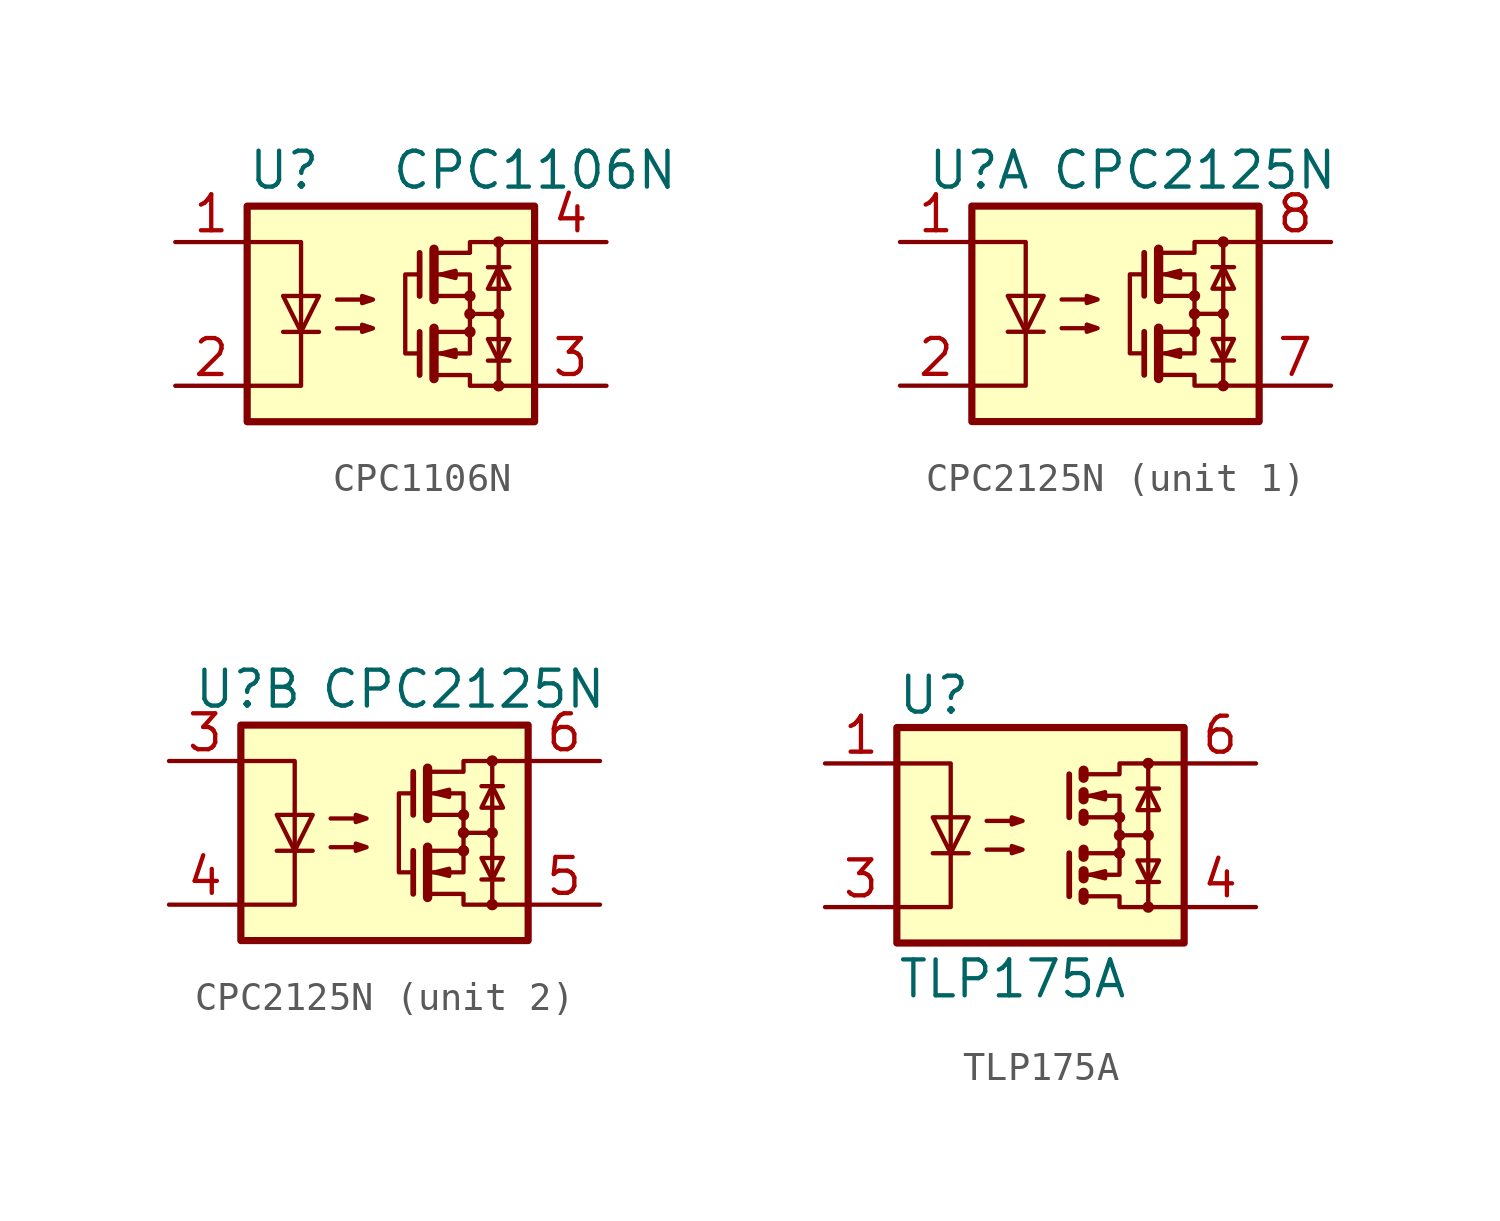
<source format=kicad_sym>
(kicad_symbol_lib
  (version 20241209)
  (generator "kicad_symbol_editor")
  (generator_version "9.0")
  (symbol "CPC1106N"
    (property "Reference" "U"
      (at -5.08 5.08 0)
      (effects (font (size 1.27 1.27)) (justify left)))
    (property "Value" "CPC1106N"
      (at 0 5.08 0)
      (effects (font (size 1.27 1.27)) (justify left)))
    (symbol "CPC1106N_0_1"
      (rectangle (start -5.08 3.81) (end 5.08 -3.81) (stroke (width 0.254) (type default)) (fill (type background)))
      (polyline (pts (xy -5.08 2.54) (xy -3.175 2.54) (xy -3.175 -2.54) (xy -5.08 -2.54)) (stroke (width 0) (type default)) (fill (type none)))
      (polyline (pts (xy -3.81 -0.635) (xy -2.54 -0.635)) (stroke (width 0) (type default)) (fill (type none)))
      (polyline (pts (xy -3.175 -0.635) (xy -3.81 0.635) (xy -2.54 0.635) (xy -3.175 -0.635)) (stroke (width 0) (type default)) (fill (type none)))
      (polyline (pts (xy -1.905 0.508) (xy -0.635 0.508) (xy -1.016 0.381) (xy -1.016 0.635) (xy -0.635 0.508)) (stroke (width 0) (type default)) (fill (type none)))
      (polyline (pts (xy -1.905 -0.508) (xy -0.635 -0.508) (xy -1.016 -0.635) (xy -1.016 -0.381) (xy -0.635 -0.508)) (stroke (width 0) (type default)) (fill (type none)))
      (polyline (pts (xy 1.016 2.159) (xy 1.016 0.635)) (stroke (width 0.203) (type default)) (fill (type none)))
      (polyline (pts (xy 1.016 1.397) (xy 0.508 1.397) (xy 0.508 -1.397) (xy 1.016 -1.397)) (stroke (width 0) (type default)) (fill (type none)))
      (polyline (pts (xy 1.016 -0.635) (xy 1.016 -2.159)) (stroke (width 0.203) (type default)) (fill (type none)))
      (polyline (pts (xy 1.651 2.159) (xy 2.794 2.159) (xy 2.794 2.54) (xy 5.08 2.54)) (stroke (width 0) (type default)) (fill (type none)))
      (polyline (pts (xy 1.651 1.397) (xy 2.794 1.397) (xy 2.794 0.635)) (stroke (width 0) (type default)) (fill (type none)))
      (polyline (pts (xy 1.651 -0.635) (xy 2.794 -0.635) (xy 2.794 0.635) (xy 1.651 0.635)) (stroke (width 0) (type default)) (fill (type none)))
      (polyline (pts (xy 1.651 -1.397) (xy 2.794 -1.397) (xy 2.794 -0.635)) (stroke (width 0) (type default)) (fill (type none)))
      (polyline (pts (xy 1.651 -2.159) (xy 2.794 -2.159) (xy 2.794 -2.54) (xy 5.08 -2.54)) (stroke (width 0) (type default)) (fill (type none)))
      (polyline (pts (xy 1.778 1.397) (xy 2.286 1.524) (xy 2.286 1.27) (xy 1.778 1.397)) (stroke (width 0) (type default)) (fill (type none)))
      (polyline (pts (xy 1.778 -1.397) (xy 2.286 -1.27) (xy 2.286 -1.524) (xy 1.778 -1.397)) (stroke (width 0) (type default)) (fill (type none)))
      (circle (center 2.794 0.635) (radius 0.127) (stroke (width 0) (type default)) (fill (type none)))
      (polyline (pts (xy 2.794 0) (xy 3.81 0)) (stroke (width 0) (type default)) (fill (type none)))
      (circle (center 2.794 0) (radius 0.127) (stroke (width 0) (type default)) (fill (type none)))
      (circle (center 2.794 -0.635) (radius 0.127) (stroke (width 0) (type default)) (fill (type none)))
      (polyline (pts (xy 3.429 1.651) (xy 4.191 1.651)) (stroke (width 0) (type default)) (fill (type none)))
      (polyline (pts (xy 3.429 -1.651) (xy 4.191 -1.651)) (stroke (width 0) (type default)) (fill (type none)))
      (circle (center 3.81 2.54) (radius 0.127) (stroke (width 0) (type default)) (fill (type none)))
      (polyline (pts (xy 3.81 1.651) (xy 3.429 0.889) (xy 4.191 0.889) (xy 3.81 1.651)) (stroke (width 0) (type default)) (fill (type none)))
      (circle (center 3.81 0) (radius 0.127) (stroke (width 0) (type default)) (fill (type none)))
      (polyline (pts (xy 3.81 -1.651) (xy 3.429 -0.889) (xy 4.191 -0.889) (xy 3.81 -1.651)) (stroke (width 0) (type default)) (fill (type none)))
      (polyline (pts (xy 3.81 -2.54) (xy 3.81 2.54)) (stroke (width 0) (type default)) (fill (type none)))
      (circle (center 3.81 -2.54) (radius 0.127) (stroke (width 0) (type default)) (fill (type none))))
    (symbol "CPC1106N_1_1"
      (polyline (pts (xy 1.524 2.286) (xy 1.524 0.508)) (stroke (width 0.33) (type solid)) (fill (type none)))
      (polyline (pts (xy 1.524 -0.508) (xy 1.524 -2.286)) (stroke (width 0.33) (type solid)) (fill (type none)))
      (pin passive line (at -7.62 2.54 0) (length 2.54) (name "~" (effects (font (size 1.27 1.27)))) (number "1" (effects (font (size 1.27 1.27)))))
      (pin passive line (at -7.62 -2.54 0) (length 2.54) (name "~" (effects (font (size 1.27 1.27)))) (number "2" (effects (font (size 1.27 1.27)))))
      (pin passive line (at 7.62 2.54 180) (length 2.54) (name "~" (effects (font (size 1.27 1.27)))) (number "4" (effects (font (size 1.27 1.27)))))
      (pin passive line (at 7.62 -2.54 180) (length 2.54) (name "~" (effects (font (size 1.27 1.27)))) (number "3" (effects (font (size 1.27 1.27)))))))
  (symbol "CPC2125N"
    (property "Reference" "U"
      (at -4.826 5.08 0)
      (effects (font (size 1.27 1.27))))
    (property "Value" "CPC2125N"
      (at 2.794 5.08 0)
      (effects (font (size 1.27 1.27))))
    (property "ki_locked" ""
      (at 0 0 0)
      (effects (font (size 1.27 1.27))))
    (symbol "CPC2125N_0_1"
      (rectangle (start -5.08 3.81) (end 5.08 -3.81) (stroke (width 0.254) (type default)) (fill (type background)))
      (polyline (pts (xy -5.08 2.54) (xy -3.175 2.54) (xy -3.175 -2.54) (xy -5.08 -2.54)) (stroke (width 0) (type default)) (fill (type none)))
      (polyline (pts (xy -3.81 -0.635) (xy -2.54 -0.635)) (stroke (width 0) (type default)) (fill (type none)))
      (polyline (pts (xy -3.175 -0.635) (xy -3.81 0.635) (xy -2.54 0.635) (xy -3.175 -0.635)) (stroke (width 0) (type default)) (fill (type none)))
      (polyline (pts (xy -1.905 0.508) (xy -0.635 0.508) (xy -1.016 0.381) (xy -1.016 0.635) (xy -0.635 0.508)) (stroke (width 0) (type default)) (fill (type none)))
      (polyline (pts (xy -1.905 -0.508) (xy -0.635 -0.508) (xy -1.016 -0.635) (xy -1.016 -0.381) (xy -0.635 -0.508)) (stroke (width 0) (type default)) (fill (type none)))
      (polyline (pts (xy 1.016 2.159) (xy 1.016 0.635)) (stroke (width 0.203) (type default)) (fill (type none)))
      (polyline (pts (xy 1.016 1.397) (xy 0.508 1.397) (xy 0.508 -1.397) (xy 1.016 -1.397)) (stroke (width 0) (type default)) (fill (type none)))
      (polyline (pts (xy 1.016 -0.635) (xy 1.016 -2.159)) (stroke (width 0.203) (type default)) (fill (type none)))
      (polyline (pts (xy 1.651 2.159) (xy 2.794 2.159) (xy 2.794 2.54) (xy 5.08 2.54)) (stroke (width 0) (type default)) (fill (type none)))
      (polyline (pts (xy 1.651 1.397) (xy 2.794 1.397) (xy 2.794 0.635)) (stroke (width 0) (type default)) (fill (type none)))
      (polyline (pts (xy 1.651 -0.635) (xy 2.794 -0.635) (xy 2.794 0.635) (xy 1.651 0.635)) (stroke (width 0) (type default)) (fill (type none)))
      (polyline (pts (xy 1.651 -1.397) (xy 2.794 -1.397) (xy 2.794 -0.635)) (stroke (width 0) (type default)) (fill (type none)))
      (polyline (pts (xy 1.651 -2.159) (xy 2.794 -2.159) (xy 2.794 -2.54) (xy 5.08 -2.54)) (stroke (width 0) (type default)) (fill (type none)))
      (polyline (pts (xy 1.778 1.397) (xy 2.286 1.524) (xy 2.286 1.27) (xy 1.778 1.397)) (stroke (width 0) (type default)) (fill (type none)))
      (polyline (pts (xy 1.778 -1.397) (xy 2.286 -1.27) (xy 2.286 -1.524) (xy 1.778 -1.397)) (stroke (width 0) (type default)) (fill (type none)))
      (circle (center 2.794 0.635) (radius 0.127) (stroke (width 0) (type default)) (fill (type none)))
      (polyline (pts (xy 2.794 0) (xy 3.81 0)) (stroke (width 0) (type default)) (fill (type none)))
      (circle (center 2.794 0) (radius 0.127) (stroke (width 0) (type default)) (fill (type none)))
      (circle (center 2.794 -0.635) (radius 0.127) (stroke (width 0) (type default)) (fill (type none)))
      (polyline (pts (xy 3.429 1.651) (xy 4.191 1.651)) (stroke (width 0) (type default)) (fill (type none)))
      (polyline (pts (xy 3.429 -1.651) (xy 4.191 -1.651)) (stroke (width 0) (type default)) (fill (type none)))
      (circle (center 3.81 2.54) (radius 0.127) (stroke (width 0) (type default)) (fill (type none)))
      (polyline (pts (xy 3.81 1.651) (xy 3.429 0.889) (xy 4.191 0.889) (xy 3.81 1.651)) (stroke (width 0) (type default)) (fill (type none)))
      (circle (center 3.81 0) (radius 0.127) (stroke (width 0) (type default)) (fill (type none)))
      (polyline (pts (xy 3.81 -1.651) (xy 3.429 -0.889) (xy 4.191 -0.889) (xy 3.81 -1.651)) (stroke (width 0) (type default)) (fill (type none)))
      (polyline (pts (xy 3.81 -2.54) (xy 3.81 2.54)) (stroke (width 0) (type default)) (fill (type none)))
      (circle (center 3.81 -2.54) (radius 0.127) (stroke (width 0) (type default)) (fill (type none))))
    (symbol "CPC2125N_1_1"
      (polyline (pts (xy 1.524 2.286) (xy 1.524 0.508)) (stroke (width 0.33) (type solid)) (fill (type none)))
      (polyline (pts (xy 1.524 -0.508) (xy 1.524 -2.286)) (stroke (width 0.33) (type solid)) (fill (type none)))
      (pin passive line (at -7.62 2.54 0) (length 2.54) (name "~" (effects (font (size 1.27 1.27)))) (number "1" (effects (font (size 1.27 1.27)))))
      (pin passive line (at -7.62 -2.54 0) (length 2.54) (name "~" (effects (font (size 1.27 1.27)))) (number "2" (effects (font (size 1.27 1.27)))))
      (pin passive line (at 7.62 2.54 180) (length 2.54) (name "~" (effects (font (size 1.27 1.27)))) (number "8" (effects (font (size 1.27 1.27)))))
      (pin passive line (at 7.62 -2.54 180) (length 2.54) (name "~" (effects (font (size 1.27 1.27)))) (number "7" (effects (font (size 1.27 1.27))))))
    (symbol "CPC2125N_2_1"
      (polyline (pts (xy 1.524 2.286) (xy 1.524 0.508)) (stroke (width 0.33) (type solid)) (fill (type none)))
      (polyline (pts (xy 1.524 -0.508) (xy 1.524 -2.286)) (stroke (width 0.33) (type solid)) (fill (type none)))
      (pin passive line (at -7.62 2.54 0) (length 2.54) (name "~" (effects (font (size 1.27 1.27)))) (number "3" (effects (font (size 1.27 1.27)))))
      (pin passive line (at -7.62 -2.54 0) (length 2.54) (name "~" (effects (font (size 1.27 1.27)))) (number "4" (effects (font (size 1.27 1.27)))))
      (pin passive line (at 7.62 2.54 180) (length 2.54) (name "~" (effects (font (size 1.27 1.27)))) (number "6" (effects (font (size 1.27 1.27)))))
      (pin passive line (at 7.62 -2.54 180) (length 2.54) (name "~" (effects (font (size 1.27 1.27)))) (number "5" (effects (font (size 1.27 1.27)))))))
  (symbol "TLP175A"
    (property "Reference" "U"
      (at -5.08 4.953 0)
      (effects (font (size 1.27 1.27)) (justify left)))
    (property "Value" "TLP175A"
      (at -5.08 -5.08 0)
      (effects (font (size 1.27 1.27)) (justify left)))
    (symbol "TLP175A_0_1"
      (rectangle (start -5.08 3.81) (end 5.08 -3.81) (stroke (width 0.254) (type default)) (fill (type background)))
      (polyline (pts (xy -5.08 2.54) (xy -3.175 2.54) (xy -3.175 -2.54) (xy -5.08 -2.54)) (stroke (width 0) (type default)) (fill (type none)))
      (polyline (pts (xy -3.81 -0.635) (xy -2.54 -0.635)) (stroke (width 0) (type default)) (fill (type none)))
      (polyline (pts (xy -3.175 -0.635) (xy -3.81 0.635) (xy -2.54 0.635) (xy -3.175 -0.635)) (stroke (width 0) (type default)) (fill (type none)))
      (polyline (pts (xy -1.905 0.508) (xy -0.635 0.508) (xy -1.016 0.381) (xy -1.016 0.635) (xy -0.635 0.508)) (stroke (width 0) (type default)) (fill (type none)))
      (polyline (pts (xy -1.905 -0.508) (xy -0.635 -0.508) (xy -1.016 -0.635) (xy -1.016 -0.381) (xy -0.635 -0.508)) (stroke (width 0) (type default)) (fill (type none)))
      (polyline (pts (xy 1.016 2.159) (xy 1.016 0.635)) (stroke (width 0.203) (type default)) (fill (type none)))
      (polyline (pts (xy 1.016 -0.635) (xy 1.016 -2.159)) (stroke (width 0.203) (type default)) (fill (type none)))
      (polyline (pts (xy 1.524 2.286) (xy 1.524 2.032) (xy 1.524 2.032)) (stroke (width 0.356) (type default)) (fill (type none)))
      (polyline (pts (xy 1.524 1.524) (xy 1.524 1.27) (xy 1.524 1.27)) (stroke (width 0.356) (type default)) (fill (type none)))
      (polyline (pts (xy 1.524 0.762) (xy 1.524 0.508) (xy 1.524 0.508)) (stroke (width 0.356) (type default)) (fill (type none)))
      (polyline (pts (xy 1.524 -0.508) (xy 1.524 -0.762)) (stroke (width 0.356) (type default)) (fill (type none)))
      (polyline (pts (xy 1.524 -1.27) (xy 1.524 -1.524) (xy 1.524 -1.524)) (stroke (width 0.356) (type default)) (fill (type none)))
      (polyline (pts (xy 1.524 -2.032) (xy 1.524 -2.286) (xy 1.524 -2.286)) (stroke (width 0.356) (type default)) (fill (type none)))
      (polyline (pts (xy 1.651 2.159) (xy 2.794 2.159) (xy 2.794 2.54) (xy 5.08 2.54)) (stroke (width 0) (type default)) (fill (type none)))
      (polyline (pts (xy 1.651 1.397) (xy 2.794 1.397) (xy 2.794 0.635)) (stroke (width 0) (type default)) (fill (type none)))
      (polyline (pts (xy 1.651 -0.635) (xy 2.794 -0.635) (xy 2.794 0.635) (xy 1.651 0.635)) (stroke (width 0) (type default)) (fill (type none)))
      (polyline (pts (xy 1.651 -1.397) (xy 2.794 -1.397) (xy 2.794 -0.635)) (stroke (width 0) (type default)) (fill (type none)))
      (polyline (pts (xy 1.651 -2.159) (xy 2.794 -2.159) (xy 2.794 -2.54) (xy 5.08 -2.54)) (stroke (width 0) (type default)) (fill (type none)))
      (polyline (pts (xy 1.778 1.397) (xy 2.286 1.524) (xy 2.286 1.27) (xy 1.778 1.397)) (stroke (width 0) (type default)) (fill (type none)))
      (polyline (pts (xy 1.778 -1.397) (xy 2.286 -1.27) (xy 2.286 -1.524) (xy 1.778 -1.397)) (stroke (width 0) (type default)) (fill (type none)))
      (circle (center 2.794 0.635) (radius 0.127) (stroke (width 0) (type default)) (fill (type none)))
      (polyline (pts (xy 2.794 0) (xy 3.81 0)) (stroke (width 0) (type default)) (fill (type none)))
      (circle (center 2.794 0) (radius 0.127) (stroke (width 0) (type default)) (fill (type none)))
      (circle (center 2.794 -0.635) (radius 0.127) (stroke (width 0) (type default)) (fill (type none)))
      (polyline (pts (xy 3.429 1.651) (xy 4.191 1.651)) (stroke (width 0) (type default)) (fill (type none)))
      (polyline (pts (xy 3.429 -1.651) (xy 4.191 -1.651)) (stroke (width 0) (type default)) (fill (type none)))
      (circle (center 3.81 2.54) (radius 0.127) (stroke (width 0) (type default)) (fill (type none)))
      (polyline (pts (xy 3.81 1.651) (xy 3.429 0.889) (xy 4.191 0.889) (xy 3.81 1.651)) (stroke (width 0) (type default)) (fill (type none)))
      (circle (center 3.81 0) (radius 0.127) (stroke (width 0) (type default)) (fill (type none)))
      (polyline (pts (xy 3.81 -1.651) (xy 3.429 -0.889) (xy 4.191 -0.889) (xy 3.81 -1.651)) (stroke (width 0) (type default)) (fill (type none)))
      (polyline (pts (xy 3.81 -2.54) (xy 3.81 2.54)) (stroke (width 0) (type default)) (fill (type none)))
      (circle (center 3.81 -2.54) (radius 0.127) (stroke (width 0) (type default)) (fill (type none))))
    (symbol "TLP175A_1_1"
      (pin passive line (at -7.62 2.54 0) (length 2.54) (name "~" (effects (font (size 1.27 1.27)))) (number "1" (effects (font (size 1.27 1.27)))))
      (pin passive line (at -7.62 -2.54 0) (length 2.54) (name "~" (effects (font (size 1.27 1.27)))) (number "3" (effects (font (size 1.27 1.27)))))
      (pin passive line (at 7.62 2.54 180) (length 2.54) (name "~" (effects (font (size 1.27 1.27)))) (number "6" (effects (font (size 1.27 1.27)))))
      (pin passive line (at 7.62 -2.54 180) (length 2.54) (name "~" (effects (font (size 1.27 1.27)))) (number "4" (effects (font (size 1.27 1.27))))))))
</source>
